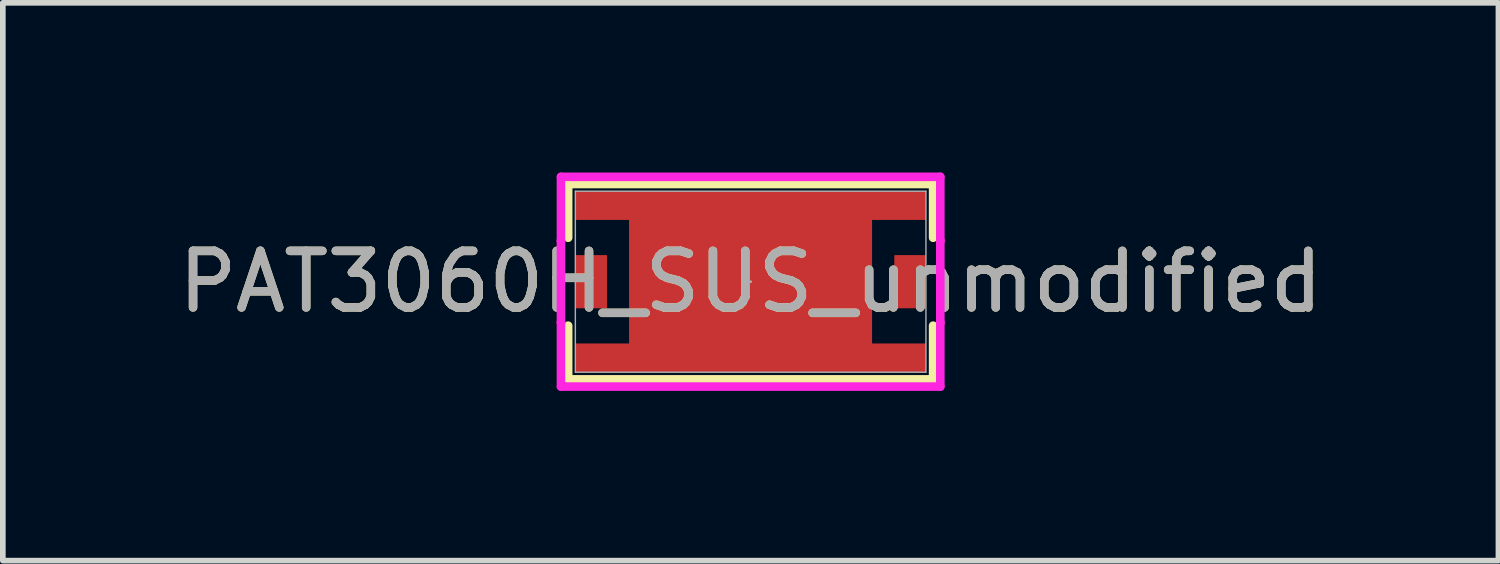
<source format=kicad_pcb>
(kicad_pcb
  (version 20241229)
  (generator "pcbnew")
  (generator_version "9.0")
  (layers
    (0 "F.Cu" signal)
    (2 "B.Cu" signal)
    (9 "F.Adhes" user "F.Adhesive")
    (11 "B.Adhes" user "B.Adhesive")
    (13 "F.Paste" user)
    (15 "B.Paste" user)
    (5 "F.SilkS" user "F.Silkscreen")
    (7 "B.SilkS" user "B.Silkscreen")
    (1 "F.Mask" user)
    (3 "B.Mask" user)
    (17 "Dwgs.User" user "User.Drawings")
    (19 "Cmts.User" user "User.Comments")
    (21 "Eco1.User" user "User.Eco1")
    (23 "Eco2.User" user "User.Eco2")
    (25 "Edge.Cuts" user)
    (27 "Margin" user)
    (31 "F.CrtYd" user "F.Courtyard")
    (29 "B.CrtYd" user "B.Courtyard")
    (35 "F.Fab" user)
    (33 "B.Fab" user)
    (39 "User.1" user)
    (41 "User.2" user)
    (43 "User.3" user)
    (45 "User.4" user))
  (footprint "PAT3060H_SUS_unmodified"
    (layer "F.Cu")
    (at 10.22 1.93)
    (property "Reference" "PAT3060H_SUS_unmodified" (at 0 0 0) (unlocked yes) (layer "F.SilkS") (effects (font (size 1 1) (thickness 0.15))))
    (attr smd)
    (fp_poly (pts (xy -3.099 1.092) (xy -3.099 1.6) (xy 3.099 1.6) (xy 3.099 1.092) (xy 2.146 1.092) (xy 2.146 -1.092) (xy 3.099 -1.092) (xy 3.099 -1.6) (xy -3.099 -1.6) (xy -3.099 -1.092) (xy -2.146 -1.092) (xy -2.146 1.092)) (stroke (width 0) (type solid)) (fill yes) (layer "F.Cu"))
    (fp_poly (pts (xy -3.099 1.092) (xy -3.099 1.6) (xy 3.099 1.6) (xy 3.099 1.092) (xy 2.146 1.092) (xy 2.146 -1.092) (xy 3.099 -1.092) (xy 3.099 -1.6) (xy -3.099 -1.6) (xy -3.099 -1.092) (xy -2.146 -1.092) (xy -2.146 1.092)) (stroke (width 0) (type solid)) (fill yes) (layer "F.Mask"))
    (fp_line (start -3.226 -1.727) (end -3.226 -0.777) (stroke (width 0.152) (type solid)) (layer "F.SilkS"))
    (fp_line (start -3.226 0.777) (end -3.226 1.727) (stroke (width 0.152) (type solid)) (layer "F.SilkS"))
    (fp_line (start -3.226 1.727) (end 3.226 1.727) (stroke (width 0.152) (type solid)) (layer "F.SilkS"))
    (fp_line (start 3.226 -1.727) (end -3.226 -1.727) (stroke (width 0.152) (type solid)) (layer "F.SilkS"))
    (fp_line (start 3.226 -0.777) (end 3.226 -1.727) (stroke (width 0.152) (type solid)) (layer "F.SilkS"))
    (fp_line (start 3.226 1.727) (end 3.226 0.777) (stroke (width 0.152) (type solid)) (layer "F.SilkS"))
    (fp_poly (pts (xy -3.099 1.092) (xy -3.099 1.6) (xy 3.099 1.6) (xy 3.099 1.092) (xy 2.146 1.092) (xy 2.146 -1.092) (xy 3.099 -1.092) (xy 3.099 -1.6) (xy -3.099 -1.6) (xy -3.099 -1.092) (xy -2.146 -1.092) (xy -2.146 1.092)) (stroke (width 0) (type solid)) (fill yes) (layer "F.Paste"))
    (fp_line (start -3.353 -1.854) (end 3.353 -1.854) (stroke (width 0.152) (type solid)) (layer "F.CrtYd"))
    (fp_line (start -3.353 -0.724) (end -3.353 -1.854) (stroke (width 0.152) (type solid)) (layer "F.CrtYd"))
    (fp_line (start -3.353 -0.724) (end -3.353 -0.724) (stroke (width 0.152) (type solid)) (layer "F.CrtYd"))
    (fp_line (start -3.353 0.724) (end -3.353 -0.724) (stroke (width 0.152) (type solid)) (layer "F.CrtYd"))
    (fp_line (start -3.353 0.724) (end -3.353 0.724) (stroke (width 0.152) (type solid)) (layer "F.CrtYd"))
    (fp_line (start -3.353 1.854) (end -3.353 0.724) (stroke (width 0.152) (type solid)) (layer "F.CrtYd"))
    (fp_line (start 3.353 -1.854) (end 3.353 -0.724) (stroke (width 0.152) (type solid)) (layer "F.CrtYd"))
    (fp_line (start 3.353 -0.724) (end 3.353 -0.724) (stroke (width 0.152) (type solid)) (layer "F.CrtYd"))
    (fp_line (start 3.353 -0.724) (end 3.353 0.724) (stroke (width 0.152) (type solid)) (layer "F.CrtYd"))
    (fp_line (start 3.353 0.724) (end 3.353 0.724) (stroke (width 0.152) (type solid)) (layer "F.CrtYd"))
    (fp_line (start 3.353 0.724) (end 3.353 1.854) (stroke (width 0.152) (type solid)) (layer "F.CrtYd"))
    (fp_line (start 3.353 1.854) (end -3.353 1.854) (stroke (width 0.152) (type solid)) (layer "F.CrtYd"))
    (fp_line (start -3.099 -1.6) (end -3.099 1.6) (stroke (width 0.025) (type solid)) (layer "F.Fab"))
    (fp_line (start -3.099 1.6) (end 3.099 1.6) (stroke (width 0.025) (type solid)) (layer "F.Fab"))
    (fp_line (start 3.099 -1.6) (end -3.099 -1.6) (stroke (width 0.025) (type solid)) (layer "F.Fab"))
    (fp_line (start 3.099 1.6) (end 3.099 -1.6) (stroke (width 0.025) (type solid)) (layer "F.Fab"))
    (fp_circle (center 0 0) (end 0 0) (stroke (width 0.025) (type solid)) (fill no) (layer "F.Fab"))
    (fp_text user "${REFERENCE}" (at 0 0 0) (unlocked yes) (layer "F.Fab") (effects (font (size 1 1) (thickness 0.15))))
    (pad "1" smd rect (at -2.819 0) (size 0.559 0.94) (layers "F.Cu" "F.Mask" "F.Paste"))
    (pad "2" smd rect (at 2.819 0) (size 0.559 0.94) (layers "F.Cu" "F.Mask" "F.Paste"))
    (pad "3" smd rect (at 0 0) (size 4.293 2.184) (layers "F.Cu" "F.Mask" "F.Paste")))
  (gr_rect
    (start -3 -3)
    (end 23.44 6.861)
    (stroke (width 0.1) (type default))
    (fill no)
    (layer "Edge.Cuts")))
</source>
